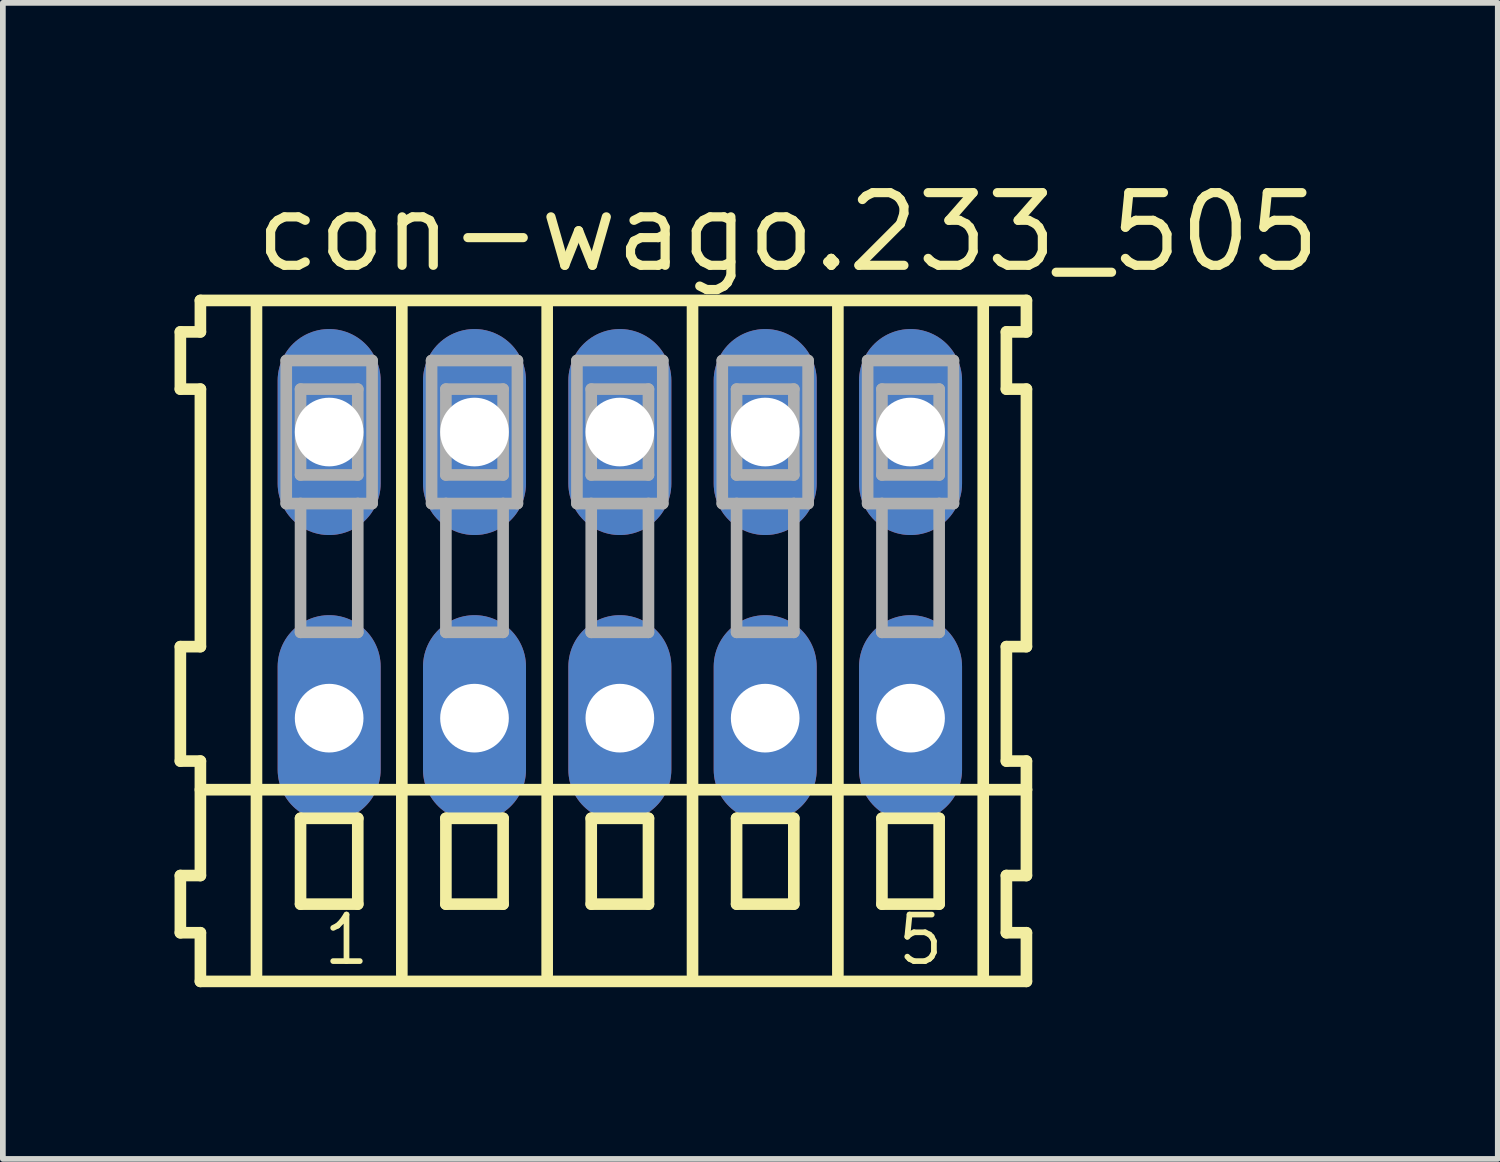
<source format=kicad_pcb>
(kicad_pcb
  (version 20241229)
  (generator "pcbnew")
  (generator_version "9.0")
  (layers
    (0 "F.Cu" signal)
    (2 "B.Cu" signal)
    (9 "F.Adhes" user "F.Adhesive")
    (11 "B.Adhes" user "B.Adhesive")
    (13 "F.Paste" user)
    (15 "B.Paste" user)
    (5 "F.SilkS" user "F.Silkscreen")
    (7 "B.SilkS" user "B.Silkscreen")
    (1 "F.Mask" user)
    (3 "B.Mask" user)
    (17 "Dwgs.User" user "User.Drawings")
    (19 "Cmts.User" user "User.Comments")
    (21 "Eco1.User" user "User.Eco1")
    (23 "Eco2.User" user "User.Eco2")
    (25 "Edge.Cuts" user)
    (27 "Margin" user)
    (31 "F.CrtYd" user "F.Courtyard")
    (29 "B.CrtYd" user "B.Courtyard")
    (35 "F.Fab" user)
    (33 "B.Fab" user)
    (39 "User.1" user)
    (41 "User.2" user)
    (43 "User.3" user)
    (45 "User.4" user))
  (footprint "con-wago.233_505"
    (layer "F.Cu")
    (at 7.782 7)
    (property "Reference" "con-wago.233_505" (at -6.45 -5.25 0) (layer "F.SilkS") (effects (font (size 1.27 1.27) (thickness 0.16)) (justify left bottom)))
    (attr through_hole)
    (fp_line (start -7.68 -4.25) (end -7.68 -3.25) (stroke (width 0.203) (type default)) (layer "F.SilkS"))
    (fp_line (start -7.68 -3.25) (end -7.33 -3.25) (stroke (width 0.203) (type default)) (layer "F.SilkS"))
    (fp_line (start -7.68 1.25) (end -7.68 3.25) (stroke (width 0.203) (type default)) (layer "F.SilkS"))
    (fp_line (start -7.68 3.25) (end -7.33 3.25) (stroke (width 0.203) (type default)) (layer "F.SilkS"))
    (fp_line (start -7.68 5.25) (end -7.68 6.25) (stroke (width 0.203) (type default)) (layer "F.SilkS"))
    (fp_line (start -7.68 6.25) (end -7.33 6.25) (stroke (width 0.203) (type default)) (layer "F.SilkS"))
    (fp_line (start -7.33 -4.8) (end -7.33 -4.25) (stroke (width 0.203) (type default)) (layer "F.SilkS"))
    (fp_line (start -7.33 -4.25) (end -7.68 -4.25) (stroke (width 0.203) (type default)) (layer "F.SilkS"))
    (fp_line (start -7.33 -3.25) (end -7.33 1.25) (stroke (width 0.203) (type default)) (layer "F.SilkS"))
    (fp_line (start -7.33 1.25) (end -7.68 1.25) (stroke (width 0.203) (type default)) (layer "F.SilkS"))
    (fp_line (start -7.33 3.25) (end -7.33 5.25) (stroke (width 0.203) (type default)) (layer "F.SilkS"))
    (fp_line (start -7.33 3.75) (end 7.105 3.75) (stroke (width 0.203) (type default)) (layer "F.SilkS"))
    (fp_line (start -7.33 5.25) (end -7.68 5.25) (stroke (width 0.203) (type default)) (layer "F.SilkS"))
    (fp_line (start -7.33 6.25) (end -7.33 7.1) (stroke (width 0.203) (type default)) (layer "F.SilkS"))
    (fp_line (start -7.33 7.1) (end 7.105 7.1) (stroke (width 0.203) (type default)) (layer "F.SilkS"))
    (fp_line (start -6.35 6.985) (end -6.35 -4.699) (stroke (width 0.203) (type default)) (layer "F.SilkS"))
    (fp_line (start -5.58 4.25) (end -5.58 5.75) (stroke (width 0.203) (type default)) (layer "F.SilkS"))
    (fp_line (start -5.58 5.75) (end -4.58 5.75) (stroke (width 0.203) (type default)) (layer "F.SilkS"))
    (fp_line (start -4.58 4.25) (end -5.58 4.25) (stroke (width 0.203) (type default)) (layer "F.SilkS"))
    (fp_line (start -4.58 5.75) (end -4.58 4.25) (stroke (width 0.203) (type default)) (layer "F.SilkS"))
    (fp_line (start -3.81 6.985) (end -3.81 -4.699) (stroke (width 0.203) (type default)) (layer "F.SilkS"))
    (fp_line (start -3.04 4.25) (end -3.04 5.75) (stroke (width 0.203) (type default)) (layer "F.SilkS"))
    (fp_line (start -3.04 5.75) (end -2.04 5.75) (stroke (width 0.203) (type default)) (layer "F.SilkS"))
    (fp_line (start -2.04 4.25) (end -3.04 4.25) (stroke (width 0.203) (type default)) (layer "F.SilkS"))
    (fp_line (start -2.04 5.75) (end -2.04 4.25) (stroke (width 0.203) (type default)) (layer "F.SilkS"))
    (fp_line (start -1.27 6.985) (end -1.27 -4.699) (stroke (width 0.203) (type default)) (layer "F.SilkS"))
    (fp_line (start -0.5 4.25) (end -0.5 5.75) (stroke (width 0.203) (type default)) (layer "F.SilkS"))
    (fp_line (start -0.5 5.75) (end 0.5 5.75) (stroke (width 0.203) (type default)) (layer "F.SilkS"))
    (fp_line (start 0.5 4.25) (end -0.5 4.25) (stroke (width 0.203) (type default)) (layer "F.SilkS"))
    (fp_line (start 0.5 5.75) (end 0.5 4.25) (stroke (width 0.203) (type default)) (layer "F.SilkS"))
    (fp_line (start 1.27 6.985) (end 1.27 -4.699) (stroke (width 0.203) (type default)) (layer "F.SilkS"))
    (fp_line (start 2.04 4.25) (end 2.04 5.75) (stroke (width 0.203) (type default)) (layer "F.SilkS"))
    (fp_line (start 2.04 5.75) (end 3.04 5.75) (stroke (width 0.203) (type default)) (layer "F.SilkS"))
    (fp_line (start 3.04 4.25) (end 2.04 4.25) (stroke (width 0.203) (type default)) (layer "F.SilkS"))
    (fp_line (start 3.04 5.75) (end 3.04 4.25) (stroke (width 0.203) (type default)) (layer "F.SilkS"))
    (fp_line (start 3.81 6.985) (end 3.81 -4.699) (stroke (width 0.203) (type default)) (layer "F.SilkS"))
    (fp_line (start 4.58 4.25) (end 4.58 5.75) (stroke (width 0.203) (type default)) (layer "F.SilkS"))
    (fp_line (start 4.58 5.75) (end 5.58 5.75) (stroke (width 0.203) (type default)) (layer "F.SilkS"))
    (fp_line (start 5.58 4.25) (end 4.58 4.25) (stroke (width 0.203) (type default)) (layer "F.SilkS"))
    (fp_line (start 5.58 5.75) (end 5.58 4.25) (stroke (width 0.203) (type default)) (layer "F.SilkS"))
    (fp_line (start 6.35 6.985) (end 6.35 -4.699) (stroke (width 0.203) (type default)) (layer "F.SilkS"))
    (fp_line (start 6.755 -4.25) (end 6.755 -3.25) (stroke (width 0.203) (type default)) (layer "F.SilkS"))
    (fp_line (start 6.755 -3.25) (end 7.105 -3.25) (stroke (width 0.203) (type default)) (layer "F.SilkS"))
    (fp_line (start 6.755 1.25) (end 6.755 3.25) (stroke (width 0.203) (type default)) (layer "F.SilkS"))
    (fp_line (start 6.755 3.25) (end 7.105 3.25) (stroke (width 0.203) (type default)) (layer "F.SilkS"))
    (fp_line (start 6.755 5.25) (end 6.755 6.25) (stroke (width 0.203) (type default)) (layer "F.SilkS"))
    (fp_line (start 6.755 6.25) (end 7.105 6.25) (stroke (width 0.203) (type default)) (layer "F.SilkS"))
    (fp_line (start 7.105 -4.8) (end -7.33 -4.8) (stroke (width 0.203) (type default)) (layer "F.SilkS"))
    (fp_line (start 7.105 -4.25) (end 6.755 -4.25) (stroke (width 0.203) (type default)) (layer "F.SilkS"))
    (fp_line (start 7.105 -4.25) (end 7.105 -4.8) (stroke (width 0.203) (type default)) (layer "F.SilkS"))
    (fp_line (start 7.105 1.25) (end 6.755 1.25) (stroke (width 0.203) (type default)) (layer "F.SilkS"))
    (fp_line (start 7.105 1.25) (end 7.105 -3.25) (stroke (width 0.203) (type default)) (layer "F.SilkS"))
    (fp_line (start 7.105 3.75) (end 7.105 3.25) (stroke (width 0.203) (type default)) (layer "F.SilkS"))
    (fp_line (start 7.105 5.25) (end 6.755 5.25) (stroke (width 0.203) (type default)) (layer "F.SilkS"))
    (fp_line (start 7.105 5.25) (end 7.105 3.75) (stroke (width 0.203) (type default)) (layer "F.SilkS"))
    (fp_line (start 7.105 7.1) (end 7.105 6.25) (stroke (width 0.203) (type default)) (layer "F.SilkS"))
    (fp_line (start -5.83 -3.75) (end -5.83 -1.25) (stroke (width 0.203) (type default)) (layer "F.Fab"))
    (fp_line (start -5.83 -1.25) (end -5.58 -1.25) (stroke (width 0.203) (type default)) (layer "F.Fab"))
    (fp_line (start -5.58 -3.25) (end -5.58 -1.75) (stroke (width 0.203) (type default)) (layer "F.Fab"))
    (fp_line (start -5.58 -1.75) (end -4.58 -1.75) (stroke (width 0.203) (type default)) (layer "F.Fab"))
    (fp_line (start -5.58 -1.25) (end -5.58 1) (stroke (width 0.203) (type default)) (layer "F.Fab"))
    (fp_line (start -5.58 -1.25) (end -4.58 -1.25) (stroke (width 0.203) (type default)) (layer "F.Fab"))
    (fp_line (start -5.58 1) (end -4.58 1) (stroke (width 0.203) (type default)) (layer "F.Fab"))
    (fp_line (start -4.58 -3.25) (end -5.58 -3.25) (stroke (width 0.203) (type default)) (layer "F.Fab"))
    (fp_line (start -4.58 -1.75) (end -4.58 -3.25) (stroke (width 0.203) (type default)) (layer "F.Fab"))
    (fp_line (start -4.58 -1.25) (end -4.33 -1.25) (stroke (width 0.203) (type default)) (layer "F.Fab"))
    (fp_line (start -4.58 1) (end -4.58 -1.25) (stroke (width 0.203) (type default)) (layer "F.Fab"))
    (fp_line (start -4.33 -3.75) (end -5.83 -3.75) (stroke (width 0.203) (type default)) (layer "F.Fab"))
    (fp_line (start -4.33 -1.25) (end -4.33 -3.75) (stroke (width 0.203) (type default)) (layer "F.Fab"))
    (fp_line (start -3.29 -3.75) (end -3.29 -1.25) (stroke (width 0.203) (type default)) (layer "F.Fab"))
    (fp_line (start -3.29 -1.25) (end -3.04 -1.25) (stroke (width 0.203) (type default)) (layer "F.Fab"))
    (fp_line (start -3.04 -3.25) (end -3.04 -1.75) (stroke (width 0.203) (type default)) (layer "F.Fab"))
    (fp_line (start -3.04 -1.75) (end -2.04 -1.75) (stroke (width 0.203) (type default)) (layer "F.Fab"))
    (fp_line (start -3.04 -1.25) (end -3.04 1) (stroke (width 0.203) (type default)) (layer "F.Fab"))
    (fp_line (start -3.04 -1.25) (end -2.04 -1.25) (stroke (width 0.203) (type default)) (layer "F.Fab"))
    (fp_line (start -3.04 1) (end -2.04 1) (stroke (width 0.203) (type default)) (layer "F.Fab"))
    (fp_line (start -2.04 -3.25) (end -3.04 -3.25) (stroke (width 0.203) (type default)) (layer "F.Fab"))
    (fp_line (start -2.04 -1.75) (end -2.04 -3.25) (stroke (width 0.203) (type default)) (layer "F.Fab"))
    (fp_line (start -2.04 -1.25) (end -1.79 -1.25) (stroke (width 0.203) (type default)) (layer "F.Fab"))
    (fp_line (start -2.04 1) (end -2.04 -1.25) (stroke (width 0.203) (type default)) (layer "F.Fab"))
    (fp_line (start -1.79 -3.75) (end -3.29 -3.75) (stroke (width 0.203) (type default)) (layer "F.Fab"))
    (fp_line (start -1.79 -1.25) (end -1.79 -3.75) (stroke (width 0.203) (type default)) (layer "F.Fab"))
    (fp_line (start -0.75 -3.75) (end -0.75 -1.25) (stroke (width 0.203) (type default)) (layer "F.Fab"))
    (fp_line (start -0.75 -1.25) (end -0.5 -1.25) (stroke (width 0.203) (type default)) (layer "F.Fab"))
    (fp_line (start -0.5 -3.25) (end -0.5 -1.75) (stroke (width 0.203) (type default)) (layer "F.Fab"))
    (fp_line (start -0.5 -1.75) (end 0.5 -1.75) (stroke (width 0.203) (type default)) (layer "F.Fab"))
    (fp_line (start -0.5 -1.25) (end -0.5 1) (stroke (width 0.203) (type default)) (layer "F.Fab"))
    (fp_line (start -0.5 -1.25) (end 0.5 -1.25) (stroke (width 0.203) (type default)) (layer "F.Fab"))
    (fp_line (start -0.5 1) (end 0.5 1) (stroke (width 0.203) (type default)) (layer "F.Fab"))
    (fp_line (start 0.5 -3.25) (end -0.5 -3.25) (stroke (width 0.203) (type default)) (layer "F.Fab"))
    (fp_line (start 0.5 -1.75) (end 0.5 -3.25) (stroke (width 0.203) (type default)) (layer "F.Fab"))
    (fp_line (start 0.5 -1.25) (end 0.75 -1.25) (stroke (width 0.203) (type default)) (layer "F.Fab"))
    (fp_line (start 0.5 1) (end 0.5 -1.25) (stroke (width 0.203) (type default)) (layer "F.Fab"))
    (fp_line (start 0.75 -3.75) (end -0.75 -3.75) (stroke (width 0.203) (type default)) (layer "F.Fab"))
    (fp_line (start 0.75 -1.25) (end 0.75 -3.75) (stroke (width 0.203) (type default)) (layer "F.Fab"))
    (fp_line (start 1.79 -3.75) (end 1.79 -1.25) (stroke (width 0.203) (type default)) (layer "F.Fab"))
    (fp_line (start 1.79 -1.25) (end 2.04 -1.25) (stroke (width 0.203) (type default)) (layer "F.Fab"))
    (fp_line (start 2.04 -3.25) (end 2.04 -1.75) (stroke (width 0.203) (type default)) (layer "F.Fab"))
    (fp_line (start 2.04 -1.75) (end 3.04 -1.75) (stroke (width 0.203) (type default)) (layer "F.Fab"))
    (fp_line (start 2.04 -1.25) (end 2.04 1) (stroke (width 0.203) (type default)) (layer "F.Fab"))
    (fp_line (start 2.04 -1.25) (end 3.04 -1.25) (stroke (width 0.203) (type default)) (layer "F.Fab"))
    (fp_line (start 2.04 1) (end 3.04 1) (stroke (width 0.203) (type default)) (layer "F.Fab"))
    (fp_line (start 3.04 -3.25) (end 2.04 -3.25) (stroke (width 0.203) (type default)) (layer "F.Fab"))
    (fp_line (start 3.04 -1.75) (end 3.04 -3.25) (stroke (width 0.203) (type default)) (layer "F.Fab"))
    (fp_line (start 3.04 -1.25) (end 3.29 -1.25) (stroke (width 0.203) (type default)) (layer "F.Fab"))
    (fp_line (start 3.04 1) (end 3.04 -1.25) (stroke (width 0.203) (type default)) (layer "F.Fab"))
    (fp_line (start 3.29 -3.75) (end 1.79 -3.75) (stroke (width 0.203) (type default)) (layer "F.Fab"))
    (fp_line (start 3.29 -1.25) (end 3.29 -3.75) (stroke (width 0.203) (type default)) (layer "F.Fab"))
    (fp_line (start 4.33 -3.75) (end 4.33 -1.25) (stroke (width 0.203) (type default)) (layer "F.Fab"))
    (fp_line (start 4.33 -1.25) (end 4.58 -1.25) (stroke (width 0.203) (type default)) (layer "F.Fab"))
    (fp_line (start 4.58 -3.25) (end 4.58 -1.75) (stroke (width 0.203) (type default)) (layer "F.Fab"))
    (fp_line (start 4.58 -1.75) (end 5.58 -1.75) (stroke (width 0.203) (type default)) (layer "F.Fab"))
    (fp_line (start 4.58 -1.25) (end 4.58 1) (stroke (width 0.203) (type default)) (layer "F.Fab"))
    (fp_line (start 4.58 -1.25) (end 5.58 -1.25) (stroke (width 0.203) (type default)) (layer "F.Fab"))
    (fp_line (start 4.58 1) (end 5.58 1) (stroke (width 0.203) (type default)) (layer "F.Fab"))
    (fp_line (start 5.58 -3.25) (end 4.58 -3.25) (stroke (width 0.203) (type default)) (layer "F.Fab"))
    (fp_line (start 5.58 -1.75) (end 5.58 -3.25) (stroke (width 0.203) (type default)) (layer "F.Fab"))
    (fp_line (start 5.58 -1.25) (end 5.83 -1.25) (stroke (width 0.203) (type default)) (layer "F.Fab"))
    (fp_line (start 5.58 1) (end 5.58 -1.25) (stroke (width 0.203) (type default)) (layer "F.Fab"))
    (fp_line (start 5.83 -3.75) (end 4.33 -3.75) (stroke (width 0.203) (type default)) (layer "F.Fab"))
    (fp_line (start 5.83 -1.25) (end 5.83 -3.75) (stroke (width 0.203) (type default)) (layer "F.Fab"))
    (fp_text user "5" (at 4.803 6.85 0) (layer "F.SilkS") (effects (font (size 0.813 0.813) (thickness 0.1)) (justify left bottom)))
    (fp_text user "1" (at -5.23 6.85 0) (layer "F.SilkS") (effects (font (size 0.813 0.813) (thickness 0.1)) (justify left bottom)))
    (pad "A1" thru_hole oval (at -5.08 -2.5 90) (size 3.6 1.8) (drill 1.2) (layers "*.Cu" "*.Mask"))
    (pad "A2" thru_hole oval (at -2.54 -2.5 90) (size 3.6 1.8) (drill 1.2) (layers "*.Cu" "*.Mask"))
    (pad "A3" thru_hole oval (at 0 -2.5 90) (size 3.6 1.8) (drill 1.2) (layers "*.Cu" "*.Mask"))
    (pad "A4" thru_hole oval (at 2.54 -2.5 90) (size 3.6 1.8) (drill 1.2) (layers "*.Cu" "*.Mask"))
    (pad "A5" thru_hole oval (at 5.08 -2.5 90) (size 3.6 1.8) (drill 1.2) (layers "*.Cu" "*.Mask"))
    (pad "B1" thru_hole oval (at -5.08 2.5 90) (size 3.6 1.8) (drill 1.2) (layers "*.Cu" "*.Mask"))
    (pad "B2" thru_hole oval (at -2.54 2.5 90) (size 3.6 1.8) (drill 1.2) (layers "*.Cu" "*.Mask"))
    (pad "B3" thru_hole oval (at 0 2.5 90) (size 3.6 1.8) (drill 1.2) (layers "*.Cu" "*.Mask"))
    (pad "B4" thru_hole oval (at 2.54 2.5 90) (size 3.6 1.8) (drill 1.2) (layers "*.Cu" "*.Mask"))
    (pad "B5" thru_hole oval (at 5.08 2.5 90) (size 3.6 1.8) (drill 1.2) (layers "*.Cu" "*.Mask")))
  (gr_rect
    (start -3 -3)
    (end 23.124 17.202)
    (stroke (width 0.1) (type default))
    (fill no)
    (layer "Edge.Cuts")))
</source>
